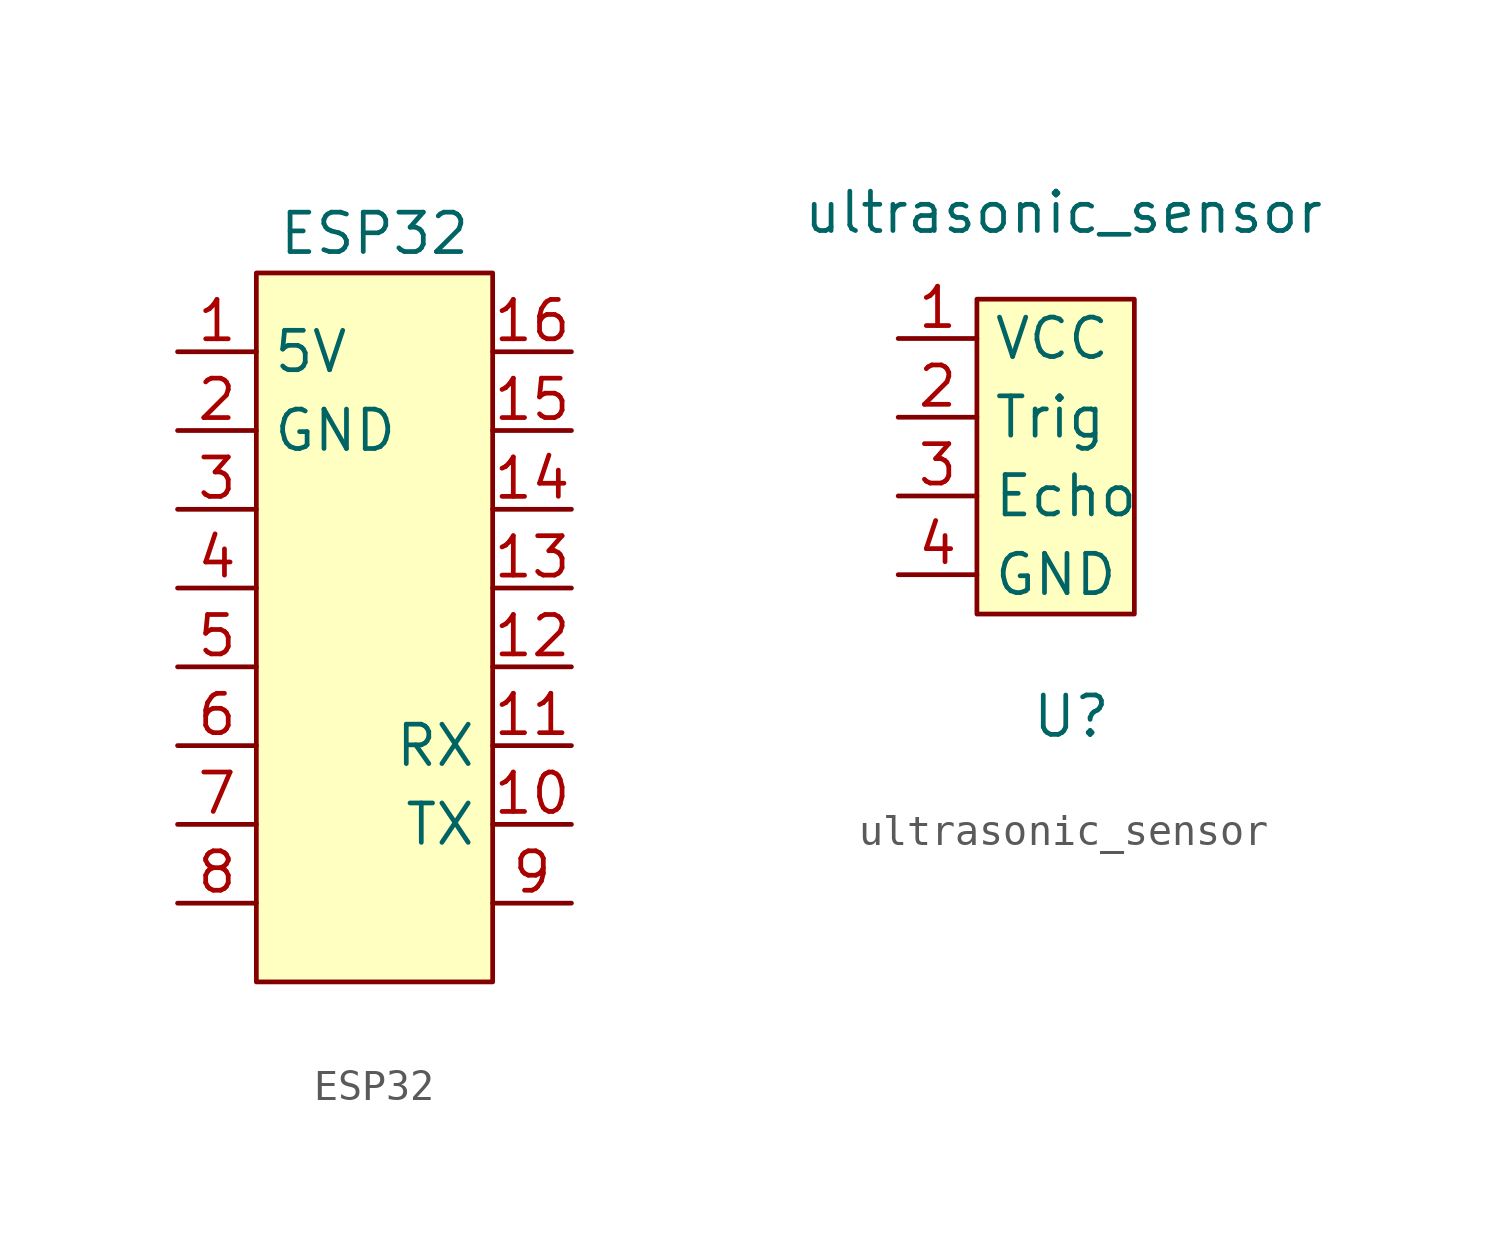
<source format=kicad_sym>
(kicad_symbol_lib
  (version 20211014)
  (generator kicad_symbol_editor)
  (symbol "ESP32"
    (property "Reference" "E"
      (at 2.54 -25.4 0)
      (effects (font (size 1.27 1.27)) hide))
    (property "Value" "ESP32"
      (at 3.81 1.27 0)
      (effects (font (size 1.27 1.27))))
    (symbol "ESP32_0_1"
      (rectangle (start 0 0) (end 7.62 -22.86) (stroke (width 0) (type default) (color 0 0 0 0)) (fill (type background))))
    (symbol "ESP32_1_1"
      (pin input line (at -2.54 -2.54 0) (length 2.54) (name "5V" (effects (font (size 1.27 1.27)))) (number "1" (effects (font (size 1.27 1.27)))))
      (pin input line (at 10.16 -17.78 180) (length 2.54) (name "TX" (effects (font (size 1.27 1.27)))) (number "10" (effects (font (size 1.27 1.27)))))
      (pin input line (at 10.16 -15.24 180) (length 2.54) (name "RX" (effects (font (size 1.27 1.27)))) (number "11" (effects (font (size 1.27 1.27)))))
      (pin input line (at 10.16 -12.7 180) (length 2.54) (name "" (effects (font (size 1.27 1.27)))) (number "12" (effects (font (size 1.27 1.27)))))
      (pin input line (at 10.16 -10.16 180) (length 2.54) (name "" (effects (font (size 1.27 1.27)))) (number "13" (effects (font (size 1.27 1.27)))))
      (pin input line (at 10.16 -7.62 180) (length 2.54) (name "" (effects (font (size 1.27 1.27)))) (number "14" (effects (font (size 1.27 1.27)))))
      (pin input line (at 10.16 -5.08 180) (length 2.54) (name "" (effects (font (size 1.27 1.27)))) (number "15" (effects (font (size 1.27 1.27)))))
      (pin input line (at 10.16 -2.54 180) (length 2.54) (name "" (effects (font (size 1.27 1.27)))) (number "16" (effects (font (size 1.27 1.27)))))
      (pin input line (at -2.54 -5.08 0) (length 2.54) (name "GND" (effects (font (size 1.27 1.27)))) (number "2" (effects (font (size 1.27 1.27)))))
      (pin input line (at -2.54 -7.62 0) (length 2.54) (name "" (effects (font (size 1.27 1.27)))) (number "3" (effects (font (size 1.27 1.27)))))
      (pin input line (at -2.54 -10.16 0) (length 2.54) (name "" (effects (font (size 1.27 1.27)))) (number "4" (effects (font (size 1.27 1.27)))))
      (pin input line (at -2.54 -12.7 0) (length 2.54) (name "" (effects (font (size 1.27 1.27)))) (number "5" (effects (font (size 1.27 1.27)))))
      (pin input line (at -2.54 -15.24 0) (length 2.54) (name "" (effects (font (size 1.27 1.27)))) (number "6" (effects (font (size 1.27 1.27)))))
      (pin input line (at -2.54 -17.78 0) (length 2.54) (name "" (effects (font (size 1.27 1.27)))) (number "7" (effects (font (size 1.27 1.27)))))
      (pin input line (at -2.54 -20.32 0) (length 2.54) (name "" (effects (font (size 1.27 1.27)))) (number "8" (effects (font (size 1.27 1.27)))))
      (pin input line (at 10.16 -20.32 180) (length 2.54) (name "" (effects (font (size 1.27 1.27)))) (number "9" (effects (font (size 1.27 1.27)))))))
  (symbol "ultrasonic_sensor"
    (property "Reference" "U"
      (at 3.048 -13.462 0)
      (effects (font (size 1.27 1.27))))
    (property "Value" "ultrasonic_sensor"
      (at 2.794 2.794 0)
      (effects (font (size 1.27 1.27))))
    (symbol "ultrasonic_sensor_0_1"
      (rectangle (start 0 0) (end 5.08 -10.16) (stroke (width 0) (type default) (color 0 0 0 0)) (fill (type background))))
    (symbol "ultrasonic_sensor_1_1"
      (pin input line (at -2.54 -1.27 0) (length 2.54) (name "VCC" (effects (font (size 1.27 1.27)))) (number "1" (effects (font (size 1.27 1.27)))))
      (pin input line (at -2.54 -3.81 0) (length 2.54) (name "Trig" (effects (font (size 1.27 1.27)))) (number "2" (effects (font (size 1.27 1.27)))))
      (pin input line (at -2.54 -6.35 0) (length 2.54) (name "Echo" (effects (font (size 1.27 1.27)))) (number "3" (effects (font (size 1.27 1.27)))))
      (pin input line (at -2.54 -8.89 0) (length 2.54) (name "GND" (effects (font (size 1.27 1.27)))) (number "4" (effects (font (size 1.27 1.27))))))))
</source>
